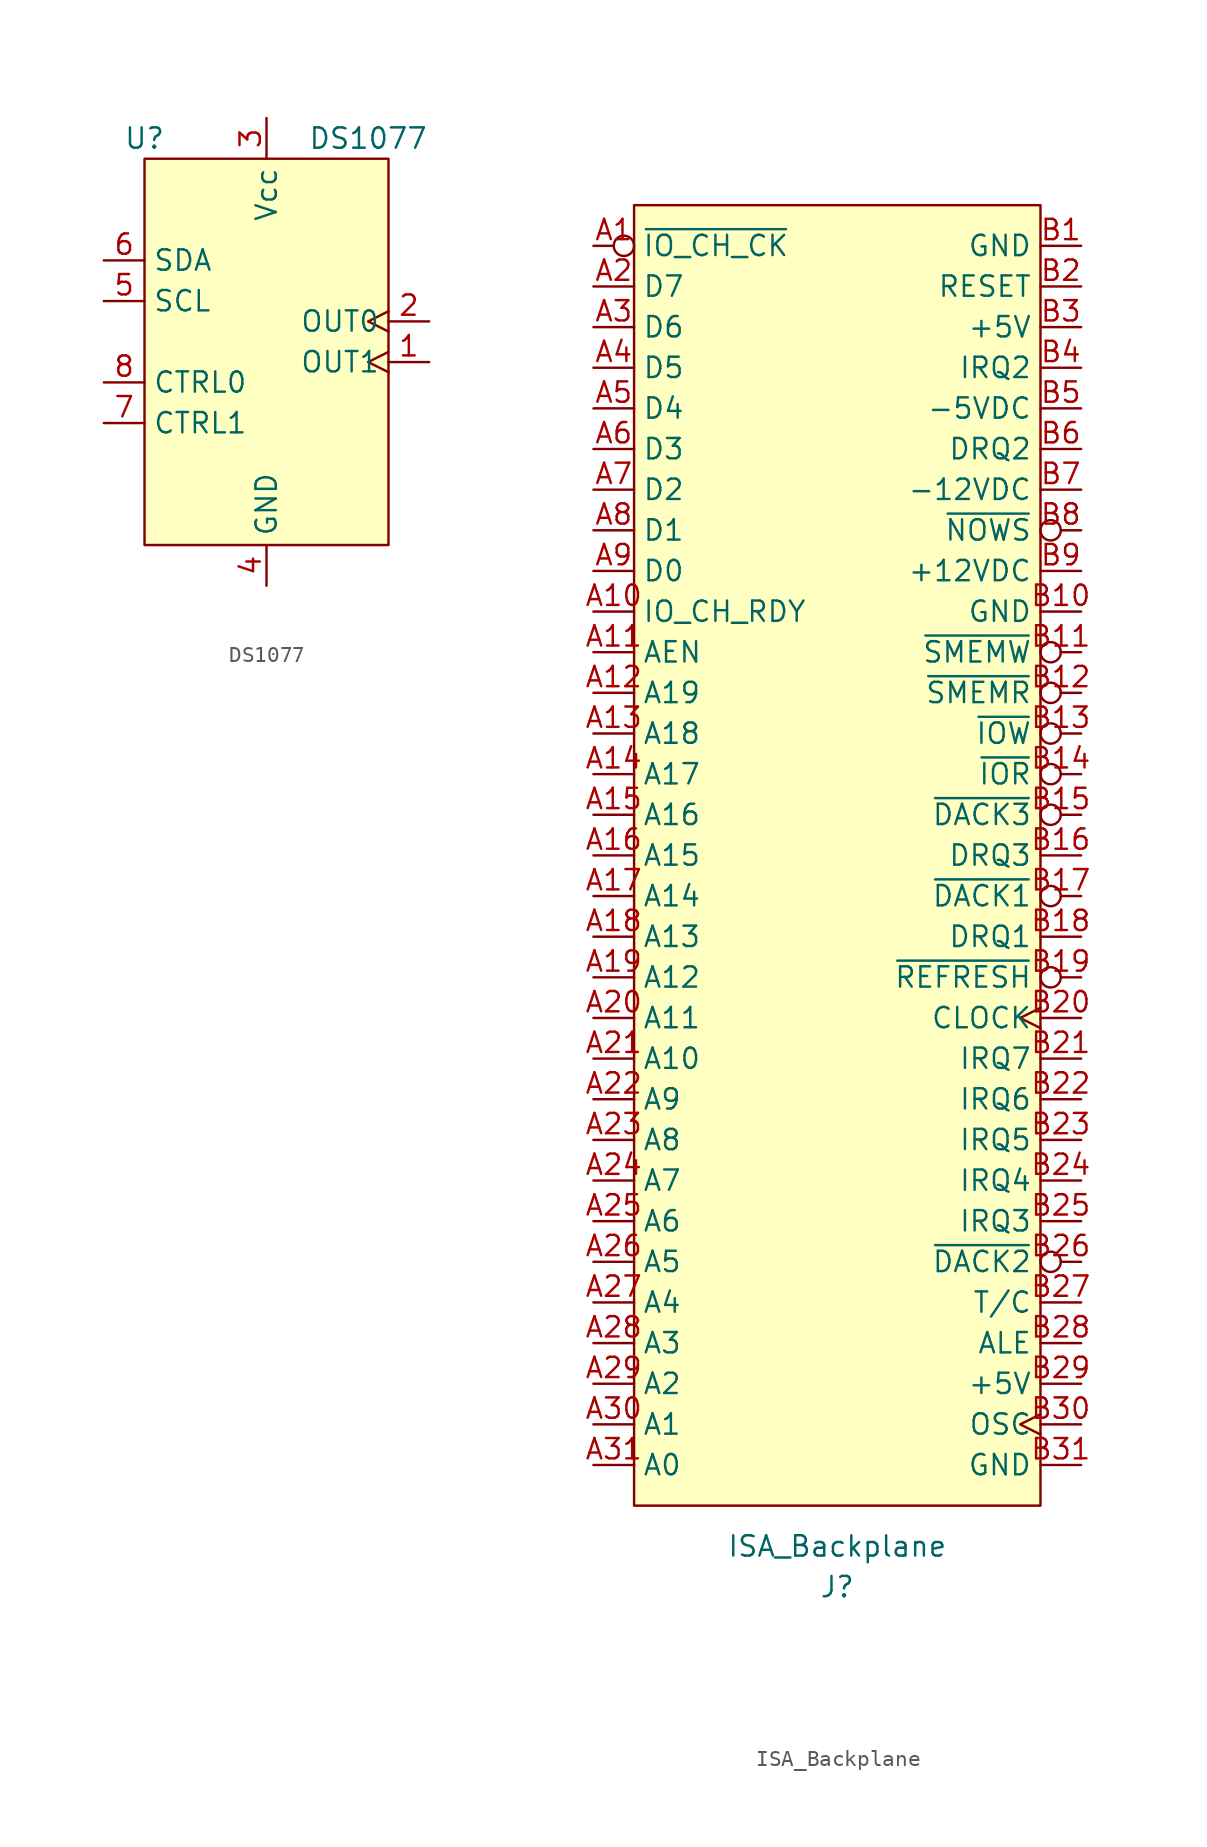
<source format=kicad_sym>
(kicad_symbol_lib
  (version 20211014)
  (generator kicad_symbol_editor)
  (symbol "DS1077"
    (property "Reference" "U"
      (at -7.62 12.7 0)
      (effects (font (size 1.27 1.27))))
    (property "Value" "DS1077"
      (at 6.35 12.7 0)
      (effects (font (size 1.27 1.27))))
    (symbol "DS1077_0_0"
      (pin output clock (at 10.16 -1.27 180) (length 2.54) (name "OUT1" (effects (font (size 1.27 1.27)))) (number "1" (effects (font (size 1.27 1.27)))))
      (pin output clock (at 10.16 1.27 180) (length 2.54) (name "OUT0" (effects (font (size 1.27 1.27)))) (number "2" (effects (font (size 1.27 1.27)))))
      (pin power_in line (at 0 13.97 270) (length 2.54) (name "Vcc" (effects (font (size 1.27 1.27)))) (number "3" (effects (font (size 1.27 1.27)))))
      (pin power_in line (at 0 -15.24 90) (length 2.54) (name "GND" (effects (font (size 1.27 1.27)))) (number "4" (effects (font (size 1.27 1.27)))))
      (pin open_collector line (at -10.16 2.54 0) (length 2.54) (name "SCL" (effects (font (size 1.27 1.27)))) (number "5" (effects (font (size 1.27 1.27)))))
      (pin open_collector line (at -10.16 5.08 0) (length 2.54) (name "SDA" (effects (font (size 1.27 1.27)))) (number "6" (effects (font (size 1.27 1.27)))))
      (pin input line (at -10.16 -5.08 0) (length 2.54) (name "CTRL1" (effects (font (size 1.27 1.27)))) (number "7" (effects (font (size 1.27 1.27)))))
      (pin input line (at -10.16 -2.54 0) (length 2.54) (name "CTRL0" (effects (font (size 1.27 1.27)))) (number "8" (effects (font (size 1.27 1.27))))))
    (symbol "DS1077_0_1"
      (rectangle (start -7.62 11.43) (end 7.62 -12.7) (stroke (width 0.152) (type default) (color 0 0 0 0)) (fill (type background)))))
  (symbol "ISA_Backplane"
    (property "Reference" "J"
      (at 0 -45.72 0)
      (effects (font (size 1.27 1.27))))
    (property "Value" "ISA_Backplane"
      (at 0 -43.18 0)
      (effects (font (size 1.27 1.27))))
    (symbol "ISA_Backplane_0_0"
      (pin input inverted (at -15.24 38.1 0) (length 2.54) (name "~{IO_CH_CK}" (effects (font (size 1.27 1.27)))) (number "A1" (effects (font (size 1.27 1.27)))))
      (pin input line (at -15.24 15.24 0) (length 2.54) (name "IO_CH_RDY" (effects (font (size 1.27 1.27)))) (number "A10" (effects (font (size 1.27 1.27)))))
      (pin output line (at -15.24 12.7 0) (length 2.54) (name "AEN" (effects (font (size 1.27 1.27)))) (number "A11" (effects (font (size 1.27 1.27)))))
      (pin output line (at -15.24 10.16 0) (length 2.54) (name "A19" (effects (font (size 1.27 1.27)))) (number "A12" (effects (font (size 1.27 1.27)))))
      (pin output line (at -15.24 7.62 0) (length 2.54) (name "A18" (effects (font (size 1.27 1.27)))) (number "A13" (effects (font (size 1.27 1.27)))))
      (pin output line (at -15.24 5.08 0) (length 2.54) (name "A17" (effects (font (size 1.27 1.27)))) (number "A14" (effects (font (size 1.27 1.27)))))
      (pin output line (at -15.24 2.54 0) (length 2.54) (name "A16" (effects (font (size 1.27 1.27)))) (number "A15" (effects (font (size 1.27 1.27)))))
      (pin output line (at -15.24 0 0) (length 2.54) (name "A15" (effects (font (size 1.27 1.27)))) (number "A16" (effects (font (size 1.27 1.27)))))
      (pin output line (at -15.24 -2.54 0) (length 2.54) (name "A14" (effects (font (size 1.27 1.27)))) (number "A17" (effects (font (size 1.27 1.27)))))
      (pin output line (at -15.24 -5.08 0) (length 2.54) (name "A13" (effects (font (size 1.27 1.27)))) (number "A18" (effects (font (size 1.27 1.27)))))
      (pin output line (at -15.24 -7.62 0) (length 2.54) (name "A12" (effects (font (size 1.27 1.27)))) (number "A19" (effects (font (size 1.27 1.27)))))
      (pin bidirectional line (at -15.24 35.56 0) (length 2.54) (name "D7" (effects (font (size 1.27 1.27)))) (number "A2" (effects (font (size 1.27 1.27)))))
      (pin output line (at -15.24 -10.16 0) (length 2.54) (name "A11" (effects (font (size 1.27 1.27)))) (number "A20" (effects (font (size 1.27 1.27)))))
      (pin output line (at -15.24 -12.7 0) (length 2.54) (name "A10" (effects (font (size 1.27 1.27)))) (number "A21" (effects (font (size 1.27 1.27)))))
      (pin output line (at -15.24 -15.24 0) (length 2.54) (name "A9" (effects (font (size 1.27 1.27)))) (number "A22" (effects (font (size 1.27 1.27)))))
      (pin output line (at -15.24 -17.78 0) (length 2.54) (name "A8" (effects (font (size 1.27 1.27)))) (number "A23" (effects (font (size 1.27 1.27)))))
      (pin output line (at -15.24 -20.32 0) (length 2.54) (name "A7" (effects (font (size 1.27 1.27)))) (number "A24" (effects (font (size 1.27 1.27)))))
      (pin output line (at -15.24 -22.86 0) (length 2.54) (name "A6" (effects (font (size 1.27 1.27)))) (number "A25" (effects (font (size 1.27 1.27)))))
      (pin output line (at -15.24 -25.4 0) (length 2.54) (name "A5" (effects (font (size 1.27 1.27)))) (number "A26" (effects (font (size 1.27 1.27)))))
      (pin output line (at -15.24 -27.94 0) (length 2.54) (name "A4" (effects (font (size 1.27 1.27)))) (number "A27" (effects (font (size 1.27 1.27)))))
      (pin output line (at -15.24 -30.48 0) (length 2.54) (name "A3" (effects (font (size 1.27 1.27)))) (number "A28" (effects (font (size 1.27 1.27)))))
      (pin output line (at -15.24 -33.02 0) (length 2.54) (name "A2" (effects (font (size 1.27 1.27)))) (number "A29" (effects (font (size 1.27 1.27)))))
      (pin bidirectional line (at -15.24 33.02 0) (length 2.54) (name "D6" (effects (font (size 1.27 1.27)))) (number "A3" (effects (font (size 1.27 1.27)))))
      (pin output line (at -15.24 -35.56 0) (length 2.54) (name "A1" (effects (font (size 1.27 1.27)))) (number "A30" (effects (font (size 1.27 1.27)))))
      (pin output line (at -15.24 -38.1 0) (length 2.54) (name "A0" (effects (font (size 1.27 1.27)))) (number "A31" (effects (font (size 1.27 1.27)))))
      (pin bidirectional line (at -15.24 30.48 0) (length 2.54) (name "D5" (effects (font (size 1.27 1.27)))) (number "A4" (effects (font (size 1.27 1.27)))))
      (pin bidirectional line (at -15.24 27.94 0) (length 2.54) (name "D4" (effects (font (size 1.27 1.27)))) (number "A5" (effects (font (size 1.27 1.27)))))
      (pin bidirectional line (at -15.24 25.4 0) (length 2.54) (name "D3" (effects (font (size 1.27 1.27)))) (number "A6" (effects (font (size 1.27 1.27)))))
      (pin bidirectional line (at -15.24 22.86 0) (length 2.54) (name "D2" (effects (font (size 1.27 1.27)))) (number "A7" (effects (font (size 1.27 1.27)))))
      (pin bidirectional line (at -15.24 20.32 0) (length 2.54) (name "D1" (effects (font (size 1.27 1.27)))) (number "A8" (effects (font (size 1.27 1.27)))))
      (pin bidirectional line (at -15.24 17.78 0) (length 2.54) (name "D0" (effects (font (size 1.27 1.27)))) (number "A9" (effects (font (size 1.27 1.27)))))
      (pin power_out line (at 15.24 38.1 180) (length 2.54) (name "GND" (effects (font (size 1.27 1.27)))) (number "B1" (effects (font (size 1.27 1.27)))))
      (pin power_out line (at 15.24 15.24 180) (length 2.54) (name "GND" (effects (font (size 1.27 1.27)))) (number "B10" (effects (font (size 1.27 1.27)))))
      (pin output inverted (at 15.24 12.7 180) (length 2.54) (name "~{SMEMW}" (effects (font (size 1.27 1.27)))) (number "B11" (effects (font (size 1.27 1.27)))))
      (pin output inverted (at 15.24 10.16 180) (length 2.54) (name "~{SMEMR}" (effects (font (size 1.27 1.27)))) (number "B12" (effects (font (size 1.27 1.27)))))
      (pin output inverted (at 15.24 7.62 180) (length 2.54) (name "~{IOW}" (effects (font (size 1.27 1.27)))) (number "B13" (effects (font (size 1.27 1.27)))))
      (pin output inverted (at 15.24 5.08 180) (length 2.54) (name "~{IOR}" (effects (font (size 1.27 1.27)))) (number "B14" (effects (font (size 1.27 1.27)))))
      (pin output inverted (at 15.24 2.54 180) (length 2.54) (name "~{DACK3}" (effects (font (size 1.27 1.27)))) (number "B15" (effects (font (size 1.27 1.27)))))
      (pin input line (at 15.24 0 180) (length 2.54) (name "DRQ3" (effects (font (size 1.27 1.27)))) (number "B16" (effects (font (size 1.27 1.27)))))
      (pin output inverted (at 15.24 -2.54 180) (length 2.54) (name "~{DACK1}" (effects (font (size 1.27 1.27)))) (number "B17" (effects (font (size 1.27 1.27)))))
      (pin input line (at 15.24 -5.08 180) (length 2.54) (name "DRQ1" (effects (font (size 1.27 1.27)))) (number "B18" (effects (font (size 1.27 1.27)))))
      (pin bidirectional inverted (at 15.24 -7.62 180) (length 2.54) (name "~{REFRESH}" (effects (font (size 1.27 1.27)))) (number "B19" (effects (font (size 1.27 1.27)))))
      (pin output line (at 15.24 35.56 180) (length 2.54) (name "RESET" (effects (font (size 1.27 1.27)))) (number "B2" (effects (font (size 1.27 1.27)))))
      (pin output clock (at 15.24 -10.16 180) (length 2.54) (name "CLOCK" (effects (font (size 1.27 1.27)))) (number "B20" (effects (font (size 1.27 1.27)))))
      (pin input line (at 15.24 -12.7 180) (length 2.54) (name "IRQ7" (effects (font (size 1.27 1.27)))) (number "B21" (effects (font (size 1.27 1.27)))))
      (pin input line (at 15.24 -15.24 180) (length 2.54) (name "IRQ6" (effects (font (size 1.27 1.27)))) (number "B22" (effects (font (size 1.27 1.27)))))
      (pin input line (at 15.24 -17.78 180) (length 2.54) (name "IRQ5" (effects (font (size 1.27 1.27)))) (number "B23" (effects (font (size 1.27 1.27)))))
      (pin input line (at 15.24 -20.32 180) (length 2.54) (name "IRQ4" (effects (font (size 1.27 1.27)))) (number "B24" (effects (font (size 1.27 1.27)))))
      (pin input line (at 15.24 -22.86 180) (length 2.54) (name "IRQ3" (effects (font (size 1.27 1.27)))) (number "B25" (effects (font (size 1.27 1.27)))))
      (pin output inverted (at 15.24 -25.4 180) (length 2.54) (name "~{DACK2}" (effects (font (size 1.27 1.27)))) (number "B26" (effects (font (size 1.27 1.27)))))
      (pin output line (at 15.24 -27.94 180) (length 2.54) (name "T/C" (effects (font (size 1.27 1.27)))) (number "B27" (effects (font (size 1.27 1.27)))))
      (pin output line (at 15.24 -30.48 180) (length 2.54) (name "ALE" (effects (font (size 1.27 1.27)))) (number "B28" (effects (font (size 1.27 1.27)))))
      (pin power_out line (at 15.24 -33.02 180) (length 2.54) (name "+5V" (effects (font (size 1.27 1.27)))) (number "B29" (effects (font (size 1.27 1.27)))))
      (pin power_out line (at 15.24 33.02 180) (length 2.54) (name "+5V" (effects (font (size 1.27 1.27)))) (number "B3" (effects (font (size 1.27 1.27)))))
      (pin output clock (at 15.24 -35.56 180) (length 2.54) (name "OSC" (effects (font (size 1.27 1.27)))) (number "B30" (effects (font (size 1.27 1.27)))))
      (pin power_out line (at 15.24 -38.1 180) (length 2.54) (name "GND" (effects (font (size 1.27 1.27)))) (number "B31" (effects (font (size 1.27 1.27)))))
      (pin input line (at 15.24 30.48 180) (length 2.54) (name "IRQ2" (effects (font (size 1.27 1.27)))) (number "B4" (effects (font (size 1.27 1.27)))))
      (pin power_out line (at 15.24 27.94 180) (length 2.54) (name "-5VDC" (effects (font (size 1.27 1.27)))) (number "B5" (effects (font (size 1.27 1.27)))))
      (pin input line (at 15.24 25.4 180) (length 2.54) (name "DRQ2" (effects (font (size 1.27 1.27)))) (number "B6" (effects (font (size 1.27 1.27)))))
      (pin power_out line (at 15.24 22.86 180) (length 2.54) (name "-12VDC" (effects (font (size 1.27 1.27)))) (number "B7" (effects (font (size 1.27 1.27)))))
      (pin input inverted (at 15.24 20.32 180) (length 2.54) (name "~{NOWS}" (effects (font (size 1.27 1.27)))) (number "B8" (effects (font (size 1.27 1.27)))))
      (pin power_out line (at 15.24 17.78 180) (length 2.54) (name "+12VDC" (effects (font (size 1.27 1.27)))) (number "B9" (effects (font (size 1.27 1.27))))))
    (symbol "ISA_Backplane_0_1"
      (rectangle (start -12.7 40.64) (end 12.7 -40.64) (stroke (width 0.152) (type default) (color 0 0 0 0)) (fill (type background))))))
</source>
